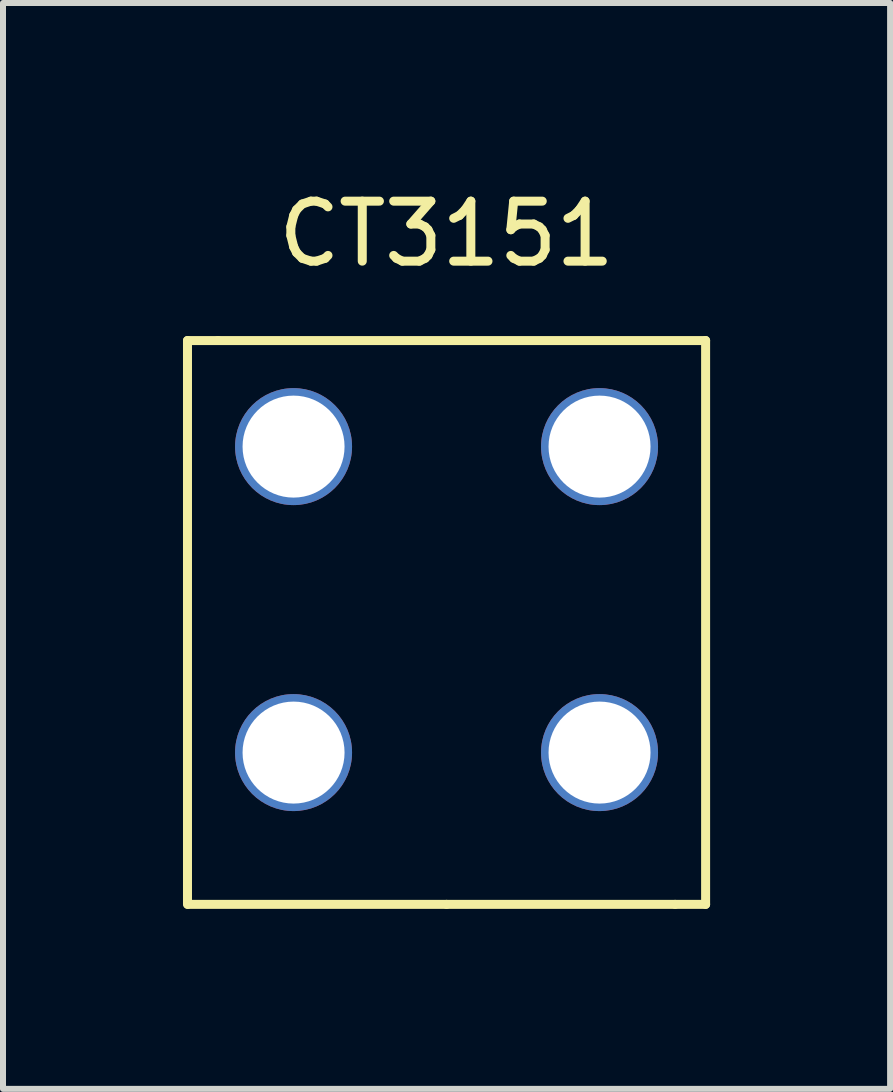
<source format=kicad_pcb>
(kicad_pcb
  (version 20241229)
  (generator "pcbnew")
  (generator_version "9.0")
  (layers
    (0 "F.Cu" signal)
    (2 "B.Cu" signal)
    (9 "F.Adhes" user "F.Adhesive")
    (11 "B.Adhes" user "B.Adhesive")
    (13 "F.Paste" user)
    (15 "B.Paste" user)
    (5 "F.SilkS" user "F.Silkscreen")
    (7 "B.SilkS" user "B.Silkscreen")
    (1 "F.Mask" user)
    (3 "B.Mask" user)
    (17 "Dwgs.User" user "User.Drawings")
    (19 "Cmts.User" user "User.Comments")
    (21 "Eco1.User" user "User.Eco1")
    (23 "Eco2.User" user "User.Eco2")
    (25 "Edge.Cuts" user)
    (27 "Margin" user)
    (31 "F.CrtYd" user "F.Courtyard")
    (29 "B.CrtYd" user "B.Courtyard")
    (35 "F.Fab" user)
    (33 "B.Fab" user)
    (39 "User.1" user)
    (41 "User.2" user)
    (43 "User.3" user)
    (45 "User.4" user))
  (footprint "CT3151"
    (layer "F.Cu")
    (at 4.393 6.944)
    (property "Reference" "CT3151" (at 0 -6.096 0) (layer "F.SilkS") (effects (font (size 1 1) (thickness 0.15))))
    (attr through_hole)
    (fp_line (start -4.318 -4.318) (end -3.81 -4.318) (stroke (width 0.15) (type solid)) (layer "F.SilkS"))
    (fp_line (start -4.318 5.08) (end -4.318 -4.318) (stroke (width 0.15) (type solid)) (layer "F.SilkS"))
    (fp_line (start -3.81 -4.318) (end 4.318 -4.318) (stroke (width 0.15) (type solid)) (layer "F.SilkS"))
    (fp_line (start 0 5.08) (end -4.31 5.08) (stroke (width 0.15) (type solid)) (layer "F.SilkS"))
    (fp_line (start 0 5.08) (end 3.81 5.08) (stroke (width 0.15) (type solid)) (layer "F.SilkS"))
    (fp_line (start 3.81 5.08) (end 4.318 5.08) (stroke (width 0.15) (type solid)) (layer "F.SilkS"))
    (fp_line (start 4.318 -4.318) (end 4.318 5.08) (stroke (width 0.15) (type solid)) (layer "F.SilkS"))
    (pad "1" thru_hole circle (at 2.55 -2.55) (size 1.95 1.95) (drill 1.7) (layers "*.Cu" "*.Mask"))
    (pad "2" thru_hole circle (at -2.55 -2.55) (size 1.95 1.95) (drill 1.7) (layers "*.Cu" "*.Mask"))
    (pad "3" thru_hole circle (at 2.55 2.55) (size 1.95 1.95) (drill 1.7) (layers "*.Cu" "*.Mask"))
    (pad "4" thru_hole circle (at -2.55 2.55) (size 1.95 1.95) (drill 1.7) (layers "*.Cu" "*.Mask")))
  (gr_rect
    (start -3 -3)
    (end 11.786 15.099)
    (stroke (width 0.1) (type default))
    (fill no)
    (layer "Edge.Cuts")))
</source>
